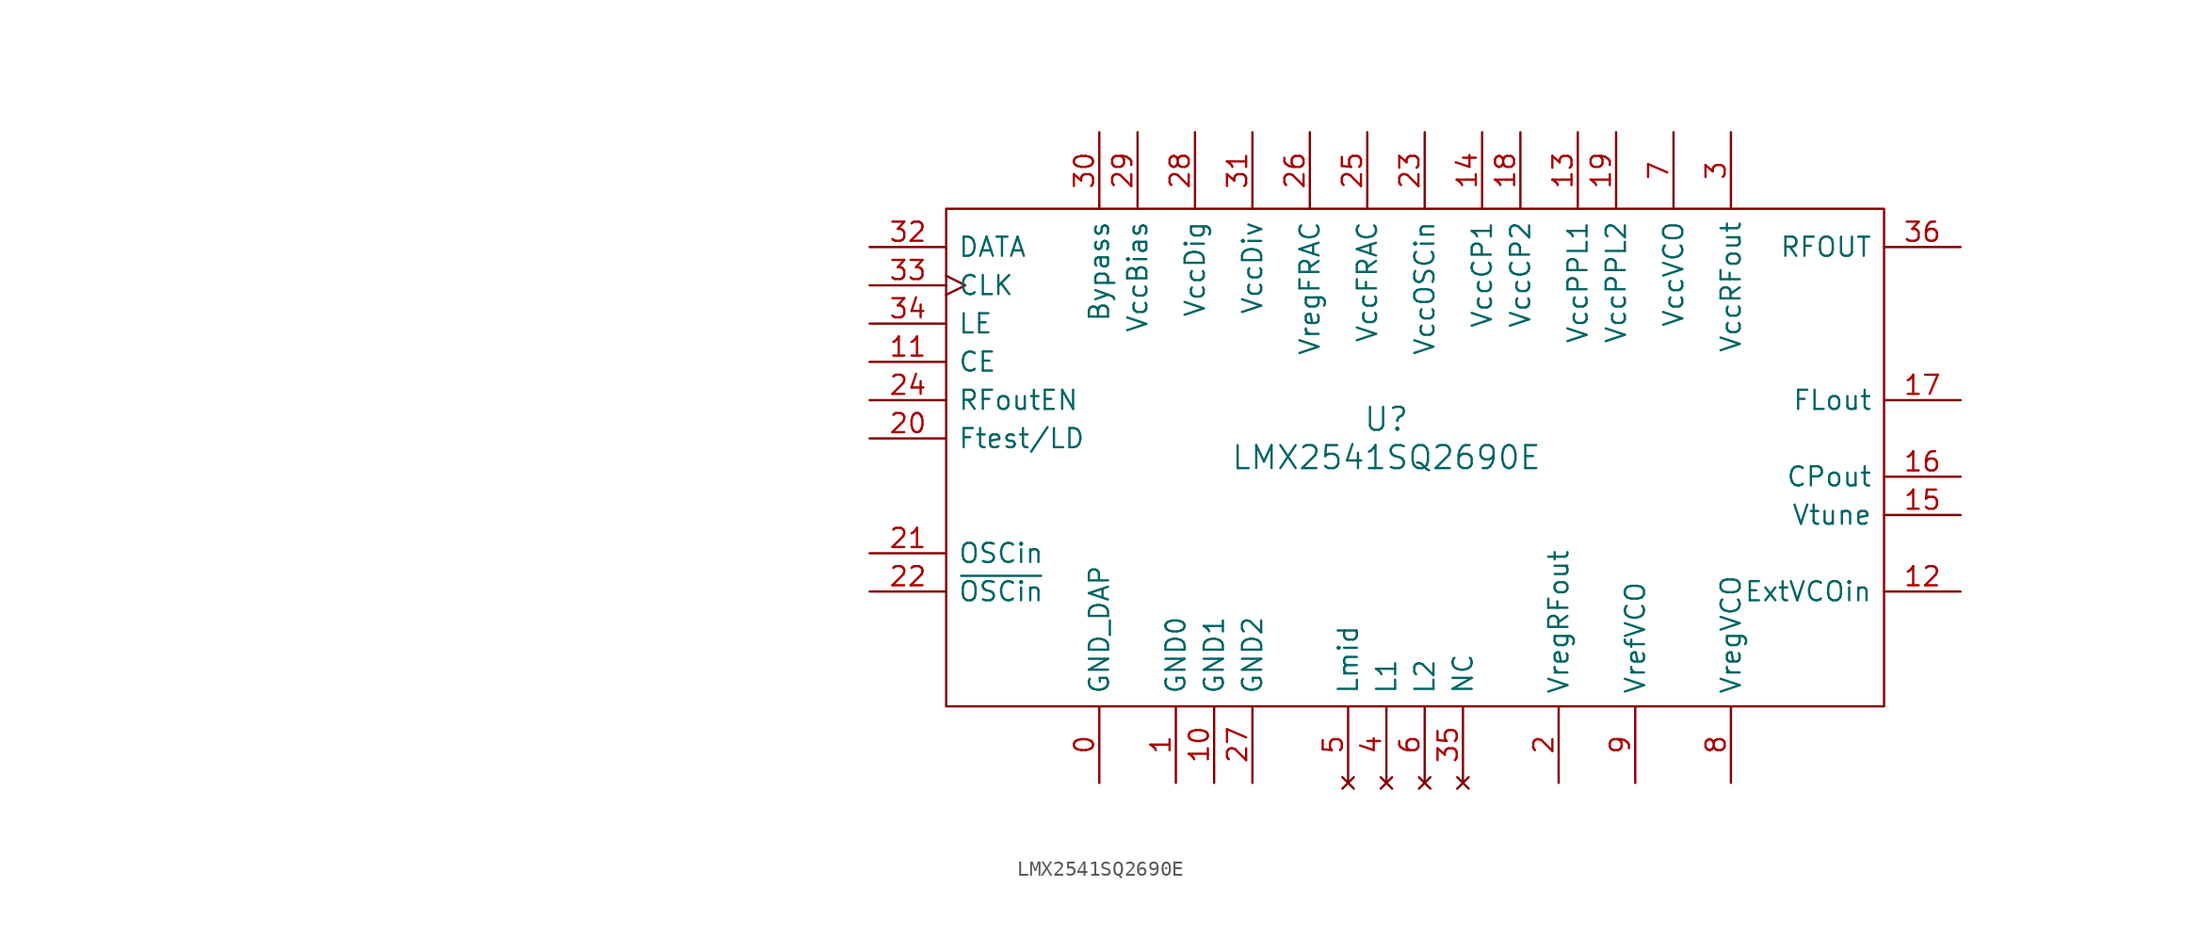
<source format=kicad_sym>
(kicad_symbol_lib
  (version 20211014)
  (generator kicad_symbol_editor)
  (symbol "LMX2541SQ2690E"
    (pin_names
      (offset 0.762))
    (property "Reference" "U"
      (at 34.29 -11.43 0)
      (effects (font (size 1.524 1.524))))
    (property "Value" "LMX2541SQ2690E"
      (at 34.29 -13.97 0)
      (effects (font (size 1.524 1.524))))
    (property "Datasheet" ""
      (at -41.91 -1.27 0)
      (effects (font (size 1.524 1.524))))
    (symbol "LMX2541SQ2690E_0_1"
      (rectangle (start 5.08 2.54) (end 67.31 -30.48) (stroke (width 0) (type default) (color 0 0 0 0)) (fill (type none))))
    (symbol "LMX2541SQ2690E_1_1"
      (pin power_in line (at 15.24 -35.56 90) (length 5.08) (name "GND_DAP" (effects (font (size 1.27 1.27)))) (number "0" (effects (font (size 1.27 1.27)))))
      (pin power_in line (at 20.32 -35.56 90) (length 5.08) (name "GND0" (effects (font (size 1.27 1.27)))) (number "1" (effects (font (size 1.27 1.27)))))
      (pin power_in line (at 22.86 -35.56 90) (length 5.08) (name "GND1" (effects (font (size 1.27 1.27)))) (number "10" (effects (font (size 1.27 1.27)))))
      (pin input line (at 0 -7.62 0) (length 5.08) (name "CE" (effects (font (size 1.27 1.27)))) (number "11" (effects (font (size 1.27 1.27)))))
      (pin input line (at 72.39 -22.86 180) (length 5.08) (name "ExtVCOin" (effects (font (size 1.27 1.27)))) (number "12" (effects (font (size 1.27 1.27)))))
      (pin power_in line (at 46.99 7.62 270) (length 5.08) (name "VccPPL1" (effects (font (size 1.27 1.27)))) (number "13" (effects (font (size 1.27 1.27)))))
      (pin power_in line (at 40.64 7.62 270) (length 5.08) (name "VccCP1" (effects (font (size 1.27 1.27)))) (number "14" (effects (font (size 1.27 1.27)))))
      (pin input line (at 72.39 -17.78 180) (length 5.08) (name "Vtune" (effects (font (size 1.27 1.27)))) (number "15" (effects (font (size 1.27 1.27)))))
      (pin output line (at 72.39 -15.24 180) (length 5.08) (name "CPout" (effects (font (size 1.27 1.27)))) (number "16" (effects (font (size 1.27 1.27)))))
      (pin output line (at 72.39 -10.16 180) (length 5.08) (name "FLout" (effects (font (size 1.27 1.27)))) (number "17" (effects (font (size 1.27 1.27)))))
      (pin power_in line (at 43.18 7.62 270) (length 5.08) (name "VccCP2" (effects (font (size 1.27 1.27)))) (number "18" (effects (font (size 1.27 1.27)))))
      (pin power_in line (at 49.53 7.62 270) (length 5.08) (name "VccPPL2" (effects (font (size 1.27 1.27)))) (number "19" (effects (font (size 1.27 1.27)))))
      (pin power_out line (at 45.72 -35.56 90) (length 5.08) (name "VregRFout" (effects (font (size 1.27 1.27)))) (number "2" (effects (font (size 1.27 1.27)))))
      (pin output line (at 0 -12.7 0) (length 5.08) (name "Ftest/LD" (effects (font (size 1.27 1.27)))) (number "20" (effects (font (size 1.27 1.27)))))
      (pin input line (at 0 -20.32 0) (length 5.08) (name "OSCin" (effects (font (size 1.27 1.27)))) (number "21" (effects (font (size 1.27 1.27)))))
      (pin input line (at 0 -22.86 0) (length 5.08) (name "~{OSCin}" (effects (font (size 1.27 1.27)))) (number "22" (effects (font (size 1.27 1.27)))))
      (pin power_in line (at 36.83 7.62 270) (length 5.08) (name "VccOSCin" (effects (font (size 1.27 1.27)))) (number "23" (effects (font (size 1.27 1.27)))))
      (pin input line (at 0 -10.16 0) (length 5.08) (name "RFoutEN" (effects (font (size 1.27 1.27)))) (number "24" (effects (font (size 1.27 1.27)))))
      (pin power_in line (at 33.02 7.62 270) (length 5.08) (name "VccFRAC" (effects (font (size 1.27 1.27)))) (number "25" (effects (font (size 1.27 1.27)))))
      (pin power_out line (at 29.21 7.62 270) (length 5.08) (name "VregFRAC" (effects (font (size 1.27 1.27)))) (number "26" (effects (font (size 1.27 1.27)))))
      (pin power_in line (at 25.4 -35.56 90) (length 5.08) (name "GND2" (effects (font (size 1.27 1.27)))) (number "27" (effects (font (size 1.27 1.27)))))
      (pin power_in line (at 21.59 7.62 270) (length 5.08) (name "VccDig" (effects (font (size 1.27 1.27)))) (number "28" (effects (font (size 1.27 1.27)))))
      (pin power_in line (at 17.78 7.62 270) (length 5.08) (name "VccBias" (effects (font (size 1.27 1.27)))) (number "29" (effects (font (size 1.27 1.27)))))
      (pin power_in line (at 57.15 7.62 270) (length 5.08) (name "VccRFout" (effects (font (size 1.27 1.27)))) (number "3" (effects (font (size 1.27 1.27)))))
      (pin input line (at 15.24 7.62 270) (length 5.08) (name "Bypass" (effects (font (size 1.27 1.27)))) (number "30" (effects (font (size 1.27 1.27)))))
      (pin power_in line (at 25.4 7.62 270) (length 5.08) (name "VccDiv" (effects (font (size 1.27 1.27)))) (number "31" (effects (font (size 1.27 1.27)))))
      (pin input line (at 0 0 0) (length 5.08) (name "DATA" (effects (font (size 1.27 1.27)))) (number "32" (effects (font (size 1.27 1.27)))))
      (pin input clock (at 0 -2.54 0) (length 5.08) (name "CLK" (effects (font (size 1.27 1.27)))) (number "33" (effects (font (size 1.27 1.27)))))
      (pin input line (at 0 -5.08 0) (length 5.08) (name "LE" (effects (font (size 1.27 1.27)))) (number "34" (effects (font (size 1.27 1.27)))))
      (pin no_connect line (at 39.37 -35.56 90) (length 5.08) (name "NC" (effects (font (size 1.27 1.27)))) (number "35" (effects (font (size 1.27 1.27)))))
      (pin output line (at 72.39 0 180) (length 5.08) (name "RFOUT" (effects (font (size 1.27 1.27)))) (number "36" (effects (font (size 1.27 1.27)))))
      (pin no_connect line (at 34.29 -35.56 90) (length 5.08) (name "L1" (effects (font (size 1.27 1.27)))) (number "4" (effects (font (size 1.27 1.27)))))
      (pin no_connect line (at 31.75 -35.56 90) (length 5.08) (name "Lmid" (effects (font (size 1.27 1.27)))) (number "5" (effects (font (size 1.27 1.27)))))
      (pin no_connect line (at 36.83 -35.56 90) (length 5.08) (name "L2" (effects (font (size 1.27 1.27)))) (number "6" (effects (font (size 1.27 1.27)))))
      (pin power_in line (at 53.34 7.62 270) (length 5.08) (name "VccVCO" (effects (font (size 1.27 1.27)))) (number "7" (effects (font (size 1.27 1.27)))))
      (pin output line (at 57.15 -35.56 90) (length 5.08) (name "VregVCO" (effects (font (size 1.27 1.27)))) (number "8" (effects (font (size 1.27 1.27)))))
      (pin power_out line (at 50.8 -35.56 90) (length 5.08) (name "VrefVCO" (effects (font (size 1.27 1.27)))) (number "9" (effects (font (size 1.27 1.27))))))))
</source>
